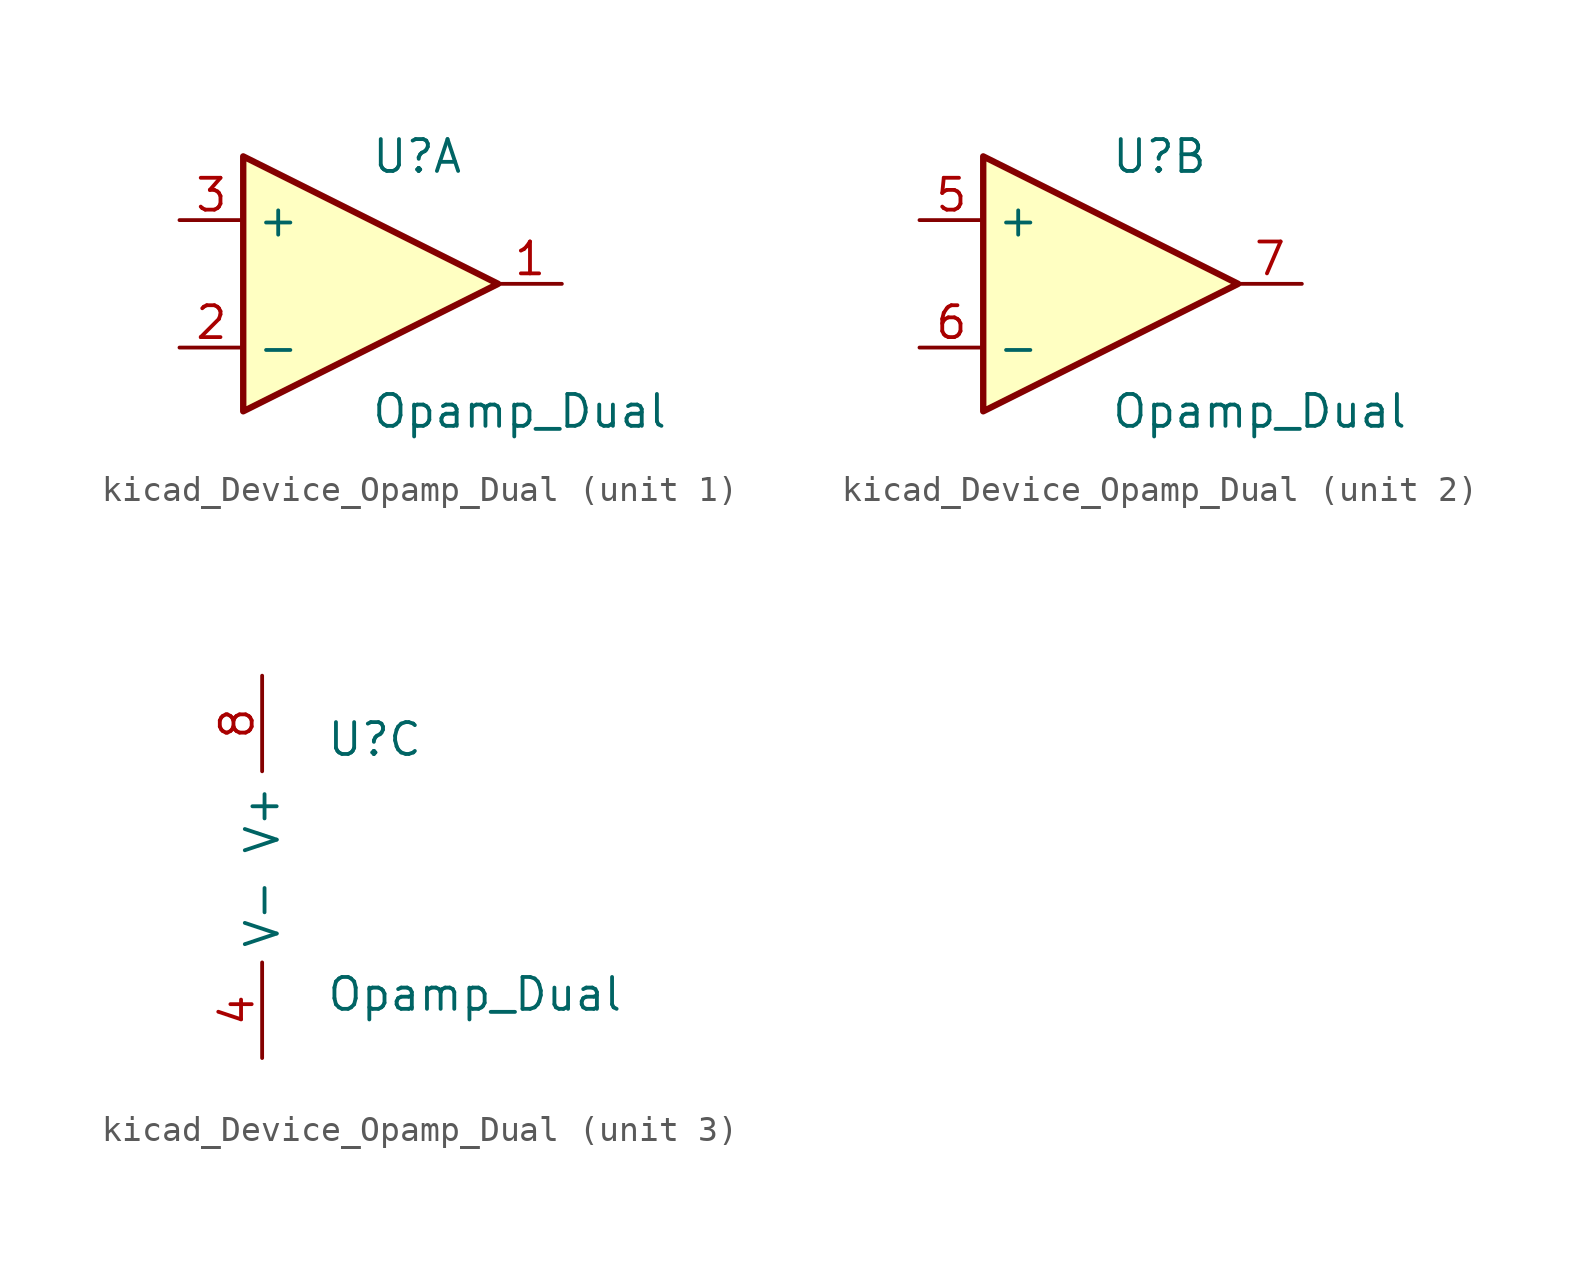
<source format=kicad_sym>
(kicad_symbol_lib
  (version 20220914)
  (generator kicad_symbol_editor)
  (symbol "kicad_Device_Opamp_Dual"
    (property "Reference" "U"
      (at 0 5.08 0)
      (effects (font (size 1.27 1.27)) (justify left)))
    (property "Value" "Opamp_Dual"
      (at 0 -5.08 0)
      (effects (font (size 1.27 1.27)) (justify left)))
    (property "ki_locked" ""
      (at 0 0 0)
      (effects (font (size 1.27 1.27))))
    (symbol "kicad_Device_Opamp_Dual_1_1"
      (polyline (pts (xy -5.08 5.08) (xy 5.08 0) (xy -5.08 -5.08) (xy -5.08 5.08)) (stroke (width 0.254) (type default)) (fill (type background)))
      (pin output line (at 7.62 0 180) (length 2.54) (name "~" (effects (font (size 1.27 1.27)))) (number "1" (effects (font (size 1.27 1.27)))))
      (pin input line (at -7.62 -2.54 0) (length 2.54) (name "-" (effects (font (size 1.27 1.27)))) (number "2" (effects (font (size 1.27 1.27)))))
      (pin input line (at -7.62 2.54 0) (length 2.54) (name "+" (effects (font (size 1.27 1.27)))) (number "3" (effects (font (size 1.27 1.27))))))
    (symbol "kicad_Device_Opamp_Dual_2_1"
      (polyline (pts (xy -5.08 5.08) (xy 5.08 0) (xy -5.08 -5.08) (xy -5.08 5.08)) (stroke (width 0.254) (type default)) (fill (type background)))
      (pin input line (at -7.62 2.54 0) (length 2.54) (name "+" (effects (font (size 1.27 1.27)))) (number "5" (effects (font (size 1.27 1.27)))))
      (pin input line (at -7.62 -2.54 0) (length 2.54) (name "-" (effects (font (size 1.27 1.27)))) (number "6" (effects (font (size 1.27 1.27)))))
      (pin output line (at 7.62 0 180) (length 2.54) (name "~" (effects (font (size 1.27 1.27)))) (number "7" (effects (font (size 1.27 1.27))))))
    (symbol "kicad_Device_Opamp_Dual_3_1"
      (pin power_in line (at -2.54 -7.62 90) (length 3.81) (name "V-" (effects (font (size 1.27 1.27)))) (number "4" (effects (font (size 1.27 1.27)))))
      (pin power_in line (at -2.54 7.62 270) (length 3.81) (name "V+" (effects (font (size 1.27 1.27)))) (number "8" (effects (font (size 1.27 1.27))))))))
</source>
